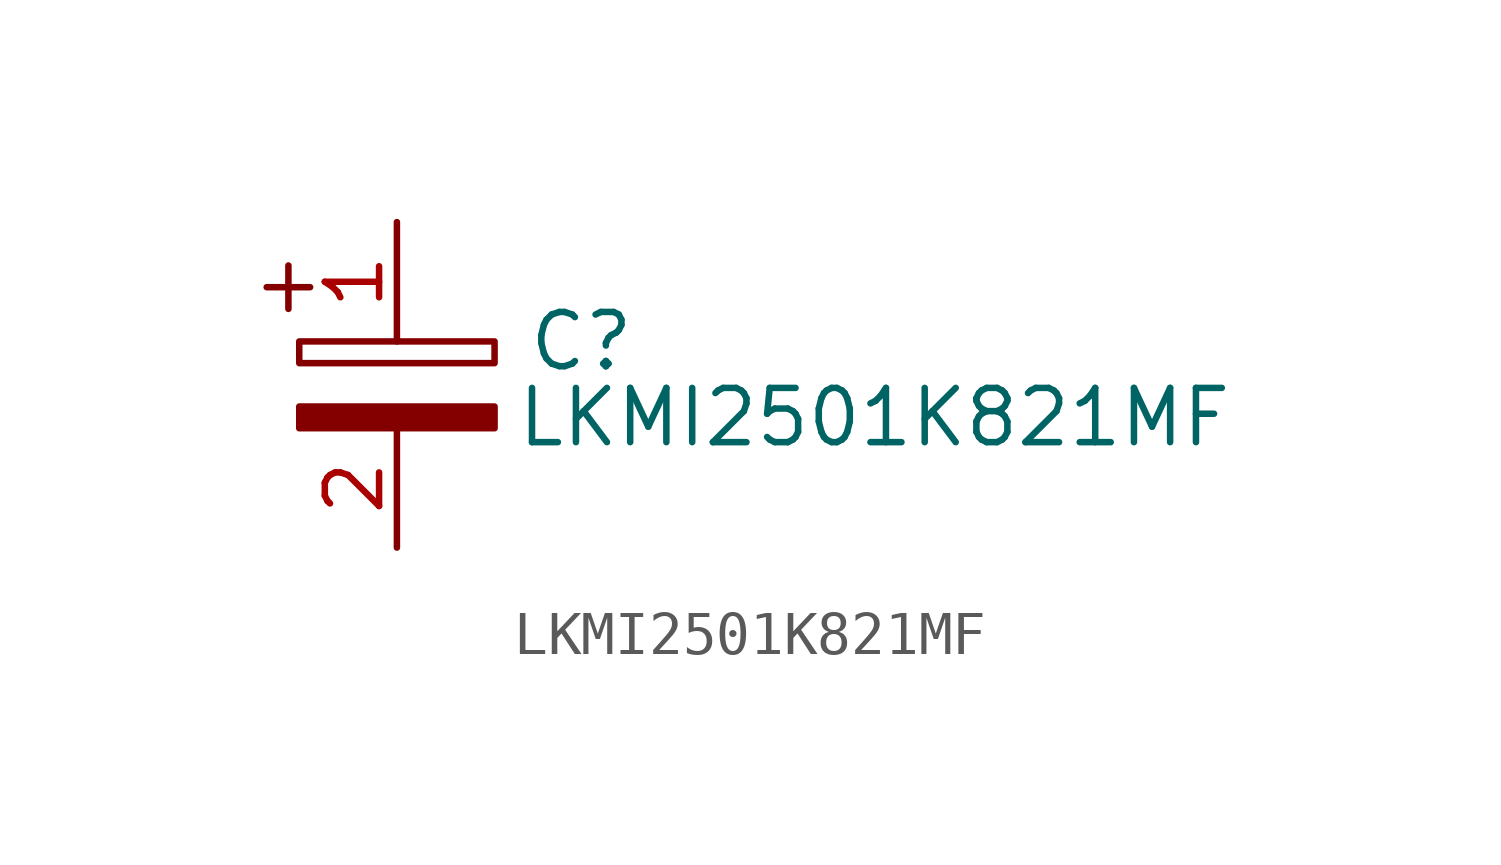
<source format=kicad_sym>
(kicad_symbol_lib
  (version 20241209)
  (generator "kicad_symbol_editor")
  (generator_version "9.0")
  (symbol "LKMI2501K821MF"
    (property "Reference" "C"
      (at 4.318 1.016 0)
      (effects (font (size 1.27 1.27))))
    (property "Value" "LKMI2501K821MF"
      (at 11.176 -0.762 0)
      (effects (font (size 1.27 1.27))))
    (symbol "LKMI2501K821MF_0_1"
      (polyline (pts (xy -3.048 2.286) (xy -2.032 2.286)) (stroke (width 0) (type default)) (fill (type none)))
      (polyline (pts (xy -2.54 2.794) (xy -2.54 1.778)) (stroke (width 0) (type default)) (fill (type none)))
      (rectangle (start -2.286 0.508) (end 2.286 1.016) (stroke (width 0) (type default)) (fill (type none)))
      (rectangle (start 2.286 -0.508) (end -2.286 -1.016) (stroke (width 0) (type default)) (fill (type outline))))
    (symbol "LKMI2501K821MF_1_1"
      (pin passive line (at 0 3.81 270) (length 2.794) (name "~" (effects (font (size 1.27 1.27)))) (number "1" (effects (font (size 1.27 1.27)))))
      (pin passive line (at 0 -3.81 90) (length 2.794) (name "~" (effects (font (size 1.27 1.27)))) (number "2" (effects (font (size 1.27 1.27))))))))
</source>
